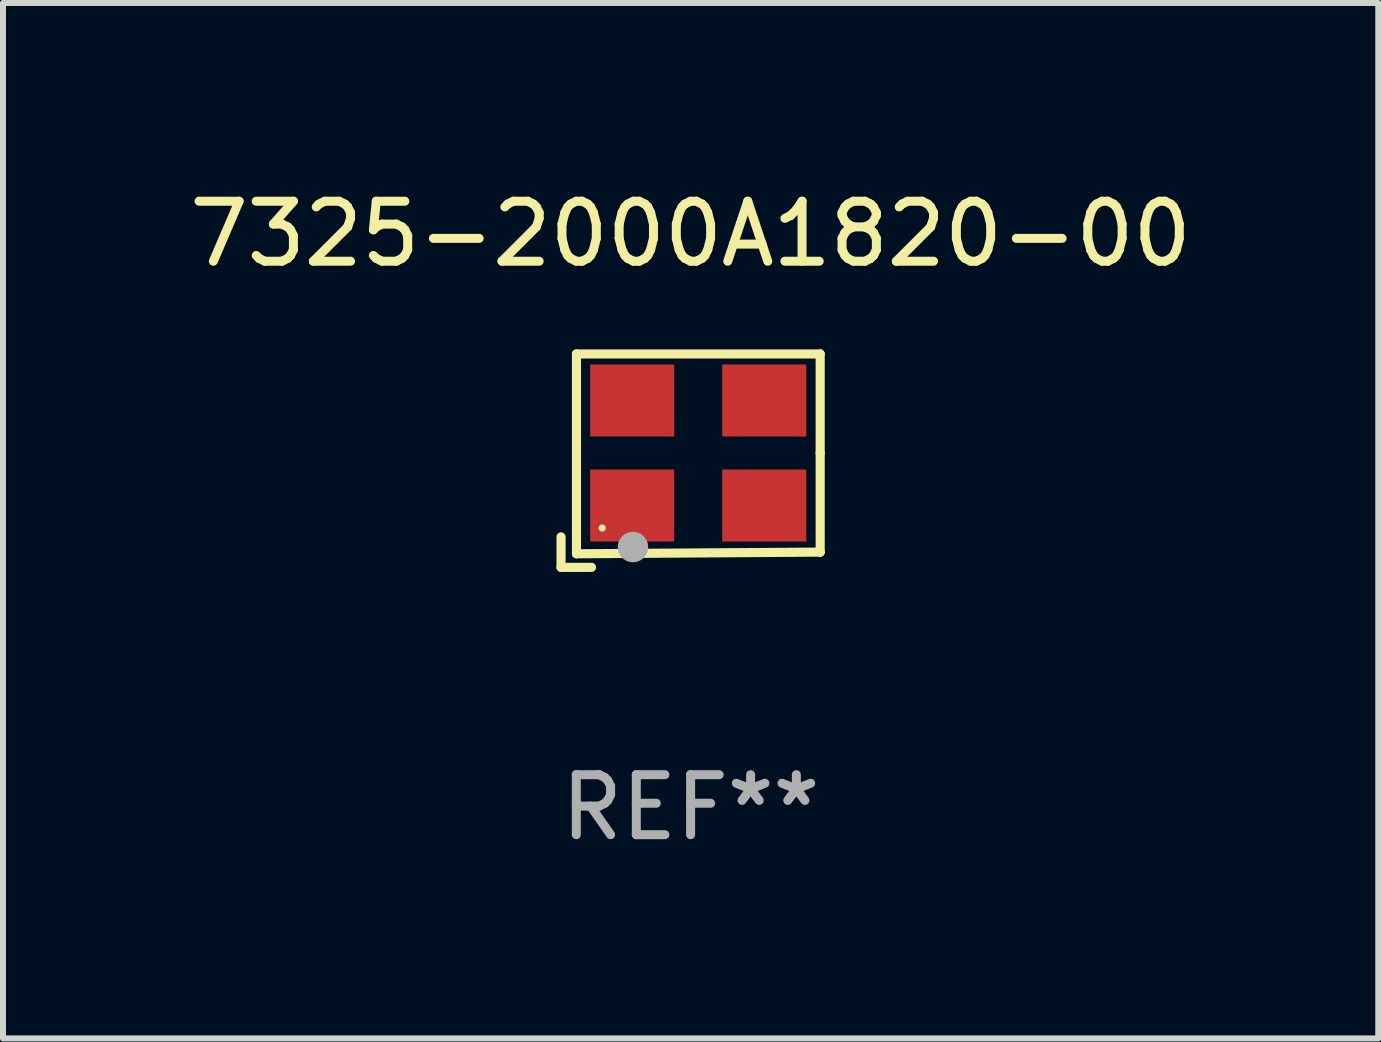
<source format=kicad_pcb>
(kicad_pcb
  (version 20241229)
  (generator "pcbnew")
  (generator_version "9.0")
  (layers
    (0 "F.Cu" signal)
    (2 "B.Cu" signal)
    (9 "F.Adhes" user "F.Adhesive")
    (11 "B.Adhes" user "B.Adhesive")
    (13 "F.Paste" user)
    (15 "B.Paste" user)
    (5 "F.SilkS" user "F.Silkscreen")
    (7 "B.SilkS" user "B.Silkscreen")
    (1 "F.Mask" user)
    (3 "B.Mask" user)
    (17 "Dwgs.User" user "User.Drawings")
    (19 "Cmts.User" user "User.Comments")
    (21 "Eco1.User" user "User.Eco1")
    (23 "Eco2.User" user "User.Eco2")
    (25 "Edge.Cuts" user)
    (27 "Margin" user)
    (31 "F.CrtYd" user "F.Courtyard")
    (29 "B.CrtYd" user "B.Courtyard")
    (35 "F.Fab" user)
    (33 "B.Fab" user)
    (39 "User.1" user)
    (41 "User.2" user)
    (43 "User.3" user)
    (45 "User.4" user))
  (footprint "7325-2000A1820-00"
    (layer "F.Cu")
    (at 8.458 4.626)
    (property "Reference" "7325-2000A1820-00" (at 0 -3.778 0) (layer "F.SilkS") (effects (font (size 1 1) (thickness 0.15))))
    (attr through_hole)
    (fp_line (start -2.159 1.27) (end -2.159 1.778) (stroke (width 0.152) (type solid)) (layer "F.SilkS"))
    (fp_line (start -2.159 1.778) (end -1.651 1.778) (stroke (width 0.152) (type solid)) (layer "F.SilkS"))
    (fp_line (start -1.902 -1.778) (end 2.159 -1.778) (stroke (width 0.152) (type solid)) (layer "F.SilkS"))
    (fp_line (start -1.902 1.552) (end -1.902 -1.778) (stroke (width 0.152) (type solid)) (layer "F.SilkS"))
    (fp_line (start 2.159 -1.778) (end 2.159 -0.127) (stroke (width 0.152) (type solid)) (layer "F.SilkS"))
    (fp_line (start 2.159 -0.127) (end 2.159 1.524) (stroke (width 0.152) (type solid)) (layer "F.SilkS"))
    (fp_line (start 2.159 1.524) (end -1.902 1.552) (stroke (width 0.152) (type solid)) (layer "F.SilkS"))
    (fp_line (start 2.159 1.524) (end 2.159 1.524) (stroke (width 0.152) (type solid)) (layer "F.SilkS"))
    (fp_circle (center -1.473 1.123) (end -1.443 1.123) (stroke (width 0.06) (type solid)) (fill no) (layer "F.SilkS"))
    (fp_circle (center -0.961 1.44) (end -0.834 1.44) (stroke (width 0.254) (type solid)) (fill no) (layer "F.Fab"))
    (fp_text user "REF**" (at 0 5.778 0) (layer "F.Fab") (effects (font (size 1 1) (thickness 0.15))))
    (pad "1" smd rect (at -0.973 0.748) (size 1.4 1.2) (layers "F.Cu" "F.Mask" "F.Paste"))
    (pad "2" smd rect (at 1.227 0.748) (size 1.4 1.2) (layers "F.Cu" "F.Mask" "F.Paste"))
    (pad "3" smd rect (at 1.227 -1.002) (size 1.4 1.2) (layers "F.Cu" "F.Mask" "F.Paste"))
    (pad "4" smd rect (at -0.973 -1.002) (size 1.4 1.2) (layers "F.Cu" "F.Mask" "F.Paste")))
  (gr_rect
    (start -3 -3)
    (end 19.917 14.253)
    (stroke (width 0.1) (type default))
    (fill no)
    (layer "Edge.Cuts")))
</source>
